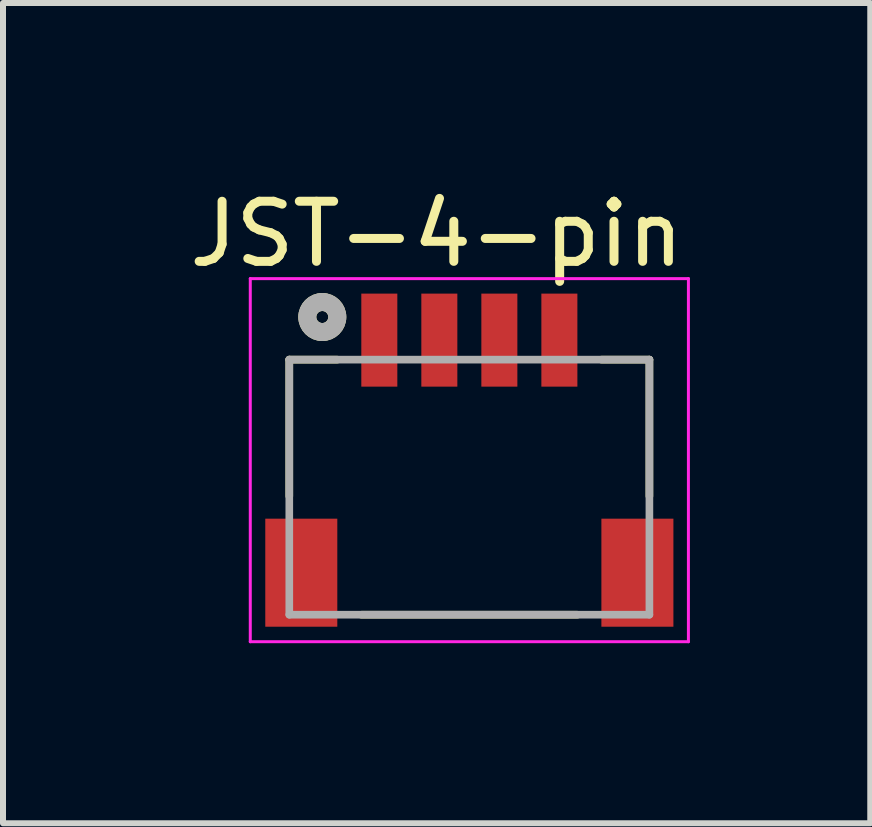
<source format=kicad_pcb>
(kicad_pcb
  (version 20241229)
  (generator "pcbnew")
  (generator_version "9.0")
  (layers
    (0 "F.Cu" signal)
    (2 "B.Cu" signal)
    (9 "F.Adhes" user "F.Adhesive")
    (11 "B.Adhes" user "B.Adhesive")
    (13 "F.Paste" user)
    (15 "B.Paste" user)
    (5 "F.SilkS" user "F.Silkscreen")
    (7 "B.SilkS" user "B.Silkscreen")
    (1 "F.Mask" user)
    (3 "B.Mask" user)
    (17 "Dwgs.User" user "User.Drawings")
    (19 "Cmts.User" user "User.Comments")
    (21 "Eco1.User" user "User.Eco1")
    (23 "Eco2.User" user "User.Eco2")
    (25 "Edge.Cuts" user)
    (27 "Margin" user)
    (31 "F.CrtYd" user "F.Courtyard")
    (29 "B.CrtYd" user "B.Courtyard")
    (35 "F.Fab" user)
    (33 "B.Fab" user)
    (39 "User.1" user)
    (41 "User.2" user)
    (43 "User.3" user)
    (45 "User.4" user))
  (footprint "JST-4-pin"
    (layer "F.Cu")
    (at 4.77 2.617)
    (property "Reference" "JST-4-pin" (at -0.545 -1.768 0) (layer "F.SilkS") (effects (font (size 1.001 1.001) (thickness 0.15))))
    (attr smd)
    (fp_line (start -3 0.325) (end -3 2.6) (stroke (width 0.127) (type solid)) (layer "F.SilkS"))
    (fp_line (start -2.2 0.325) (end -3 0.325) (stroke (width 0.127) (type solid)) (layer "F.SilkS"))
    (fp_line (start -1.8 4.575) (end 1.8 4.575) (stroke (width 0.127) (type solid)) (layer "F.SilkS"))
    (fp_line (start 2.2 0.325) (end 3 0.325) (stroke (width 0.127) (type solid)) (layer "F.SilkS"))
    (fp_line (start 3 0.325) (end 3 2.6) (stroke (width 0.127) (type solid)) (layer "F.SilkS"))
    (fp_circle (center -2.45 -0.385) (end -2.35 -0.385) (stroke (width 0.3) (type solid)) (fill no) (layer "F.SilkS"))
    (fp_line (start -3.65 -1.025) (end 3.65 -1.025) (stroke (width 0.05) (type solid)) (layer "F.CrtYd"))
    (fp_line (start -3.65 5.025) (end -3.65 -1.025) (stroke (width 0.05) (type solid)) (layer "F.CrtYd"))
    (fp_line (start 3.65 -1.025) (end 3.65 5.025) (stroke (width 0.05) (type solid)) (layer "F.CrtYd"))
    (fp_line (start 3.65 5.025) (end -3.65 5.025) (stroke (width 0.05) (type solid)) (layer "F.CrtYd"))
    (fp_line (start -3 0.325) (end 3 0.325) (stroke (width 0.127) (type solid)) (layer "F.Fab"))
    (fp_line (start -3 4.575) (end -3 0.325) (stroke (width 0.127) (type solid)) (layer "F.Fab"))
    (fp_line (start 3 0.325) (end 3 4.575) (stroke (width 0.127) (type solid)) (layer "F.Fab"))
    (fp_line (start 3 4.575) (end -3 4.575) (stroke (width 0.127) (type solid)) (layer "F.Fab"))
    (fp_circle (center -2.45 -0.385) (end -2.35 -0.385) (stroke (width 0.3) (type solid)) (fill no) (layer "F.Fab"))
    (pad "" smd rect (at -2.8 3.875 180) (size 1.2 1.8) (layers "F.Cu" "F.Mask" "F.Paste"))
    (pad "" smd rect (at 2.8 3.875 180) (size 1.2 1.8) (layers "F.Cu" "F.Mask" "F.Paste"))
    (pad "1" smd rect (at -1.5 0) (size 0.6 1.55) (layers "F.Cu" "F.Mask" "F.Paste"))
    (pad "2" smd rect (at -0.5 0) (size 0.6 1.55) (layers "F.Cu" "F.Mask" "F.Paste"))
    (pad "3" smd rect (at 0.5 0) (size 0.6 1.55) (layers "F.Cu" "F.Mask" "F.Paste"))
    (pad "4" smd rect (at 1.5 0) (size 0.6 1.55) (layers "F.Cu" "F.Mask" "F.Paste")))
  (gr_rect
    (start -3 -3)
    (end 11.45 10.667)
    (stroke (width 0.1) (type default))
    (fill no)
    (layer "Edge.Cuts")))
</source>
